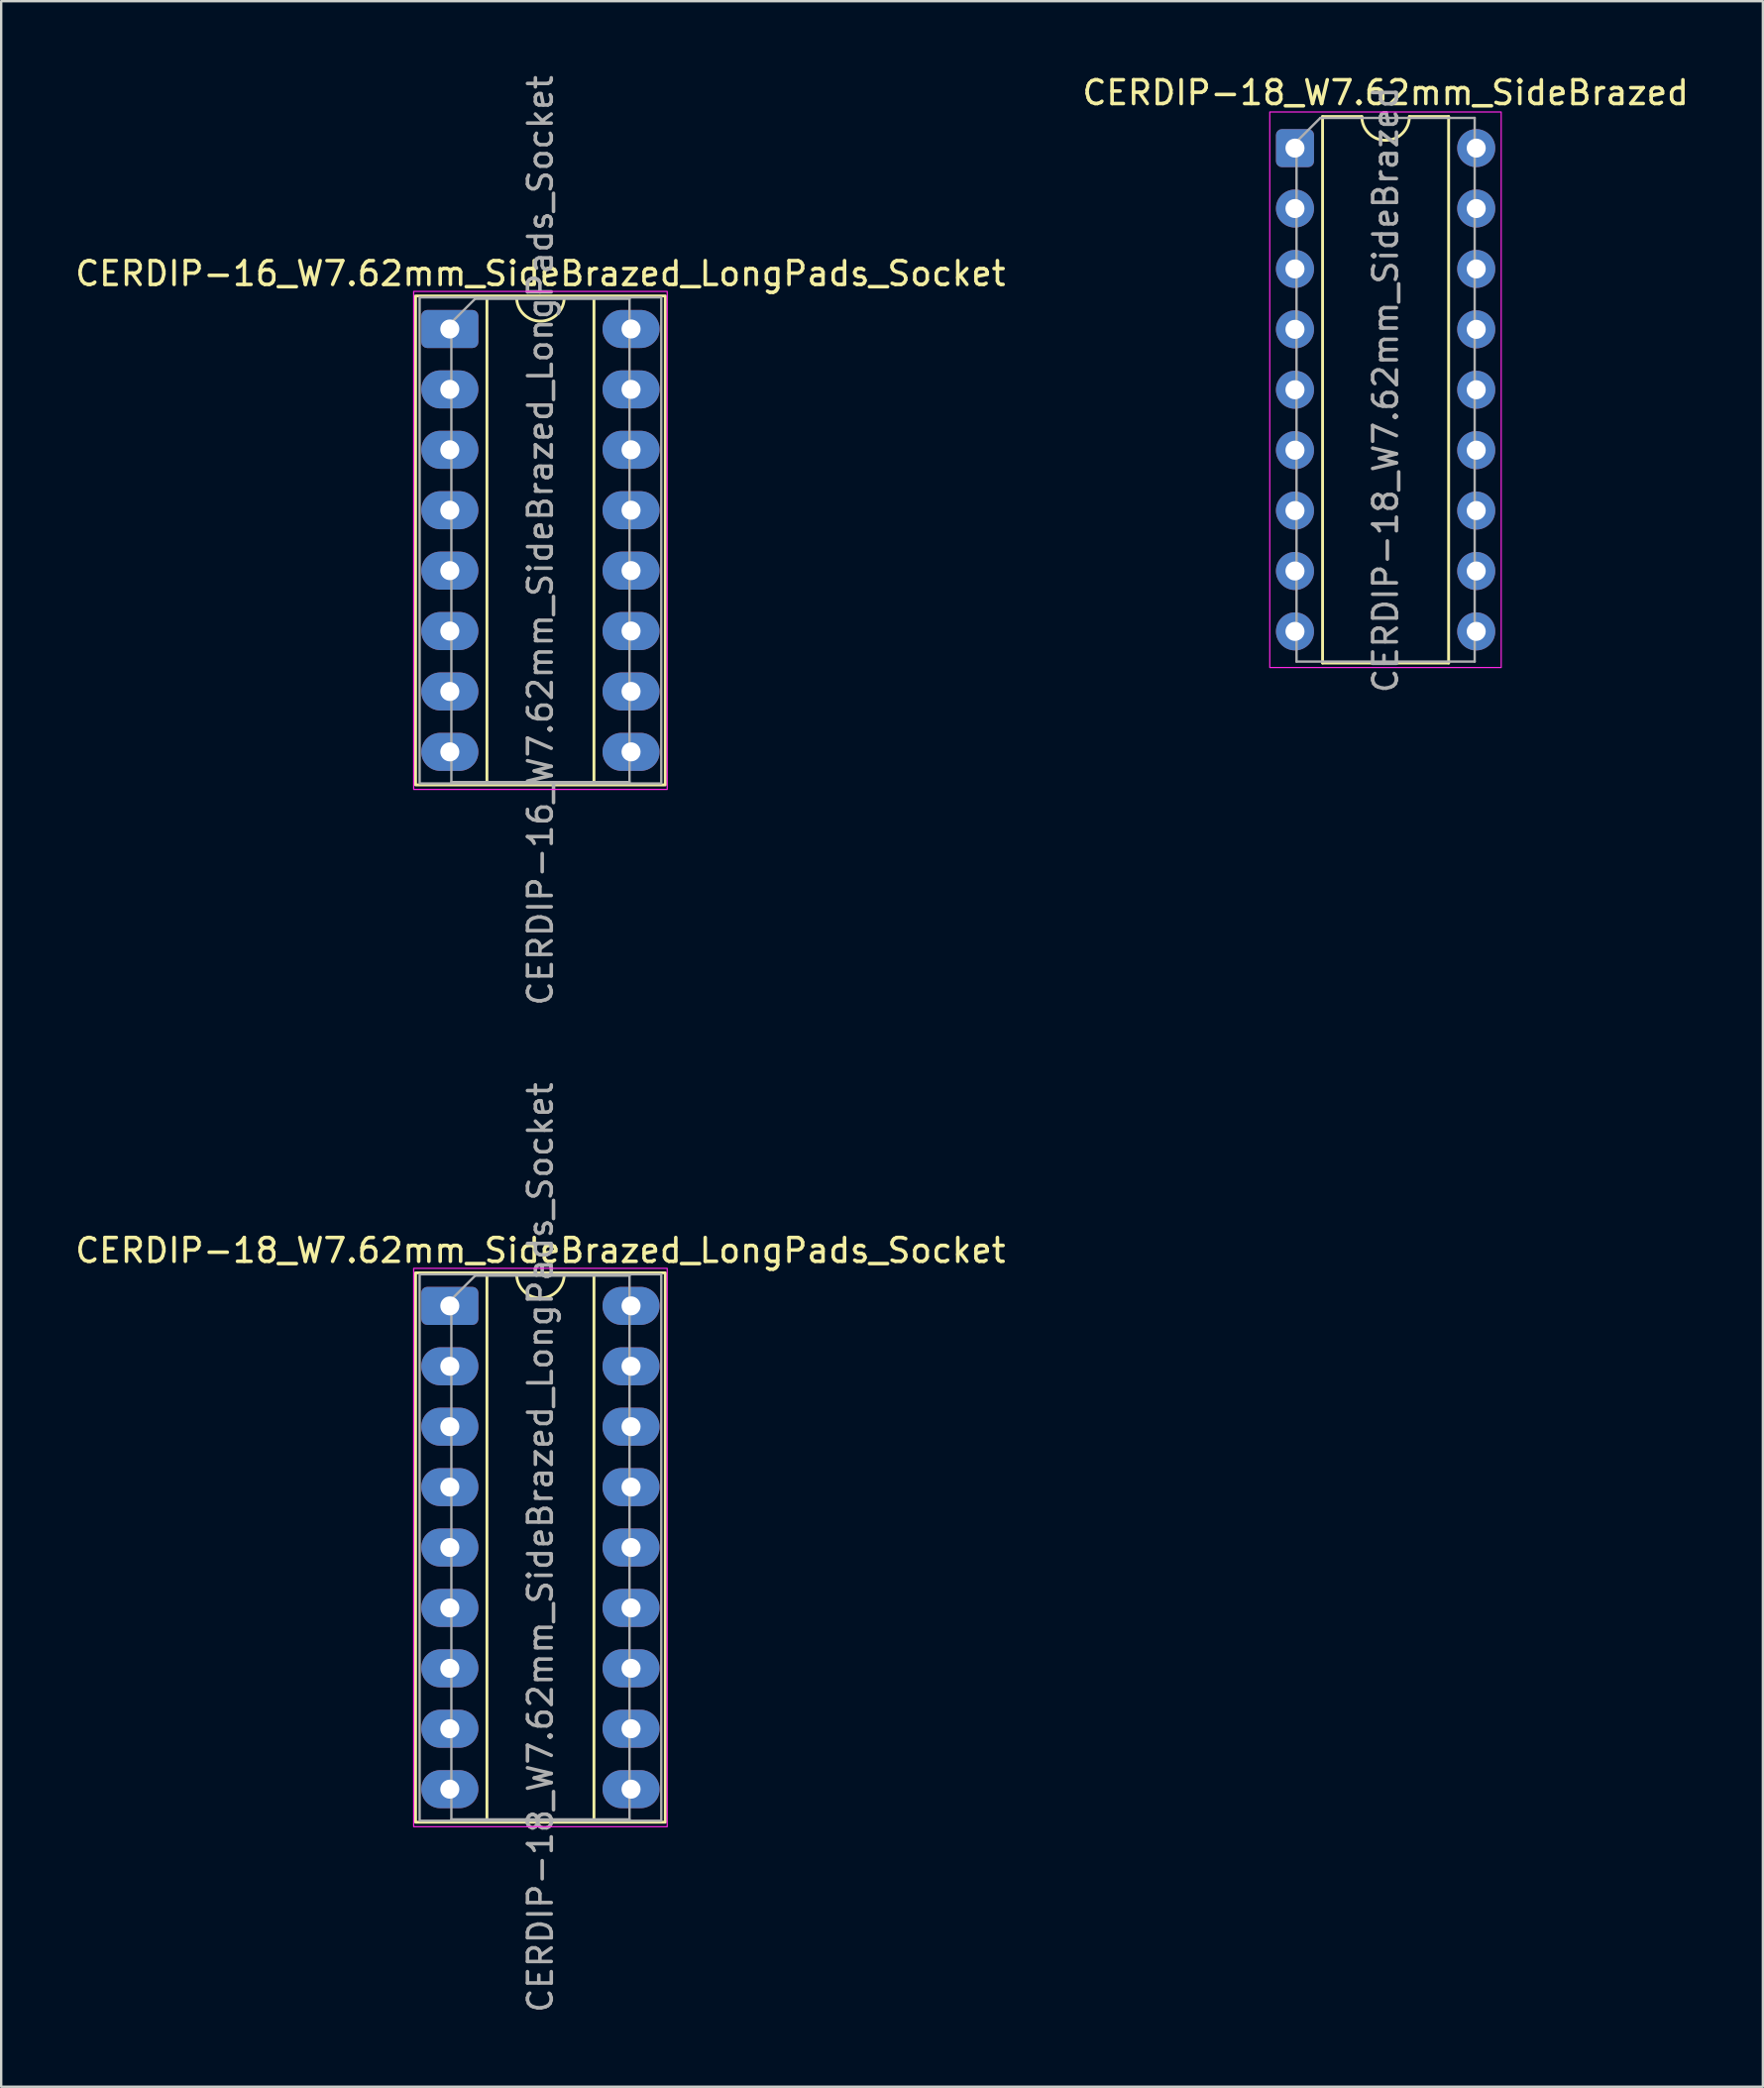
<source format=kicad_pcb>
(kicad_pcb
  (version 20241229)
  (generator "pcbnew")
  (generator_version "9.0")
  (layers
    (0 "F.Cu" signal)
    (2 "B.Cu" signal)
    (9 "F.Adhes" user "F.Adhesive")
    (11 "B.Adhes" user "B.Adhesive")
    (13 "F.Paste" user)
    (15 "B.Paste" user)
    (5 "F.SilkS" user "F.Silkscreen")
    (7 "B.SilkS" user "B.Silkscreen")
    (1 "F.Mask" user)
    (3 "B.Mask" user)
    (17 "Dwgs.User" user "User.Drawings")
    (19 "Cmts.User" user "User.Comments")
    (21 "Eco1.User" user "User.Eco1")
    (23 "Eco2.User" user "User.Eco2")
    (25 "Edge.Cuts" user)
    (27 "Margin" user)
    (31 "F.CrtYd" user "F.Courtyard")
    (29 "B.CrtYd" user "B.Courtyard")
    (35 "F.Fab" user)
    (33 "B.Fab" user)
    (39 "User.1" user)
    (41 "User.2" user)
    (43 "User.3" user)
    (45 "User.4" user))
  (footprint "CERDIP-18_W7.62mm_SideBrazed_LongPads_Socket"
    (layer "F.Cu")
    (at 15.863 51.858)
    (property "Reference" "CERDIP-18_W7.62mm_SideBrazed_LongPads_Socket" (at 3.81 -2.33 0) (layer "F.SilkS") (effects (font (size 1 1) (thickness 0.15))))
    (attr through_hole)
    (fp_line (start 1.56 -1.33) (end 1.56 21.65) (stroke (width 0.12) (type solid)) (layer "F.SilkS"))
    (fp_line (start 1.56 21.65) (end 6.06 21.65) (stroke (width 0.12) (type solid)) (layer "F.SilkS"))
    (fp_line (start 2.81 -1.33) (end 1.56 -1.33) (stroke (width 0.12) (type solid)) (layer "F.SilkS"))
    (fp_line (start 6.06 -1.33) (end 4.81 -1.33) (stroke (width 0.12) (type solid)) (layer "F.SilkS"))
    (fp_line (start 6.06 21.65) (end 6.06 -1.33) (stroke (width 0.12) (type solid)) (layer "F.SilkS"))
    (fp_rect (start -1.44 -1.39) (end 9.06 21.71) (stroke (width 0.12) (type solid)) (fill no) (layer "F.SilkS"))
    (fp_arc (start 4.81 -1.33) (mid 3.81 -0.33) (end 2.81 -1.33) (stroke (width 0.12) (type solid)) (layer "F.SilkS"))
    (fp_rect (start -1.52 -1.58) (end 9.14 21.9) (stroke (width 0.05) (type solid)) (fill no) (layer "F.CrtYd"))
    (fp_line (start 0.065 -0.27) (end 1.065 -1.27) (stroke (width 0.1) (type solid)) (layer "F.Fab"))
    (fp_line (start 0.065 21.59) (end 0.065 -0.27) (stroke (width 0.1) (type solid)) (layer "F.Fab"))
    (fp_line (start 1.065 -1.27) (end 7.555 -1.27) (stroke (width 0.1) (type solid)) (layer "F.Fab"))
    (fp_line (start 7.555 -1.27) (end 7.555 21.59) (stroke (width 0.1) (type solid)) (layer "F.Fab"))
    (fp_line (start 7.555 21.59) (end 0.065 21.59) (stroke (width 0.1) (type solid)) (layer "F.Fab"))
    (fp_rect (start -1.27 -1.33) (end 8.89 21.65) (stroke (width 0.1) (type solid)) (fill no) (layer "F.Fab"))
    (fp_text user "${REFERENCE}" (at 3.81 10.16 90) (layer "F.Fab") (effects (font (size 1 1) (thickness 0.15))))
    (pad "1" thru_hole roundrect (at 0 0) (size 2.4 1.6) (drill 0.8) (layers "*.Cu" "*.Mask") (roundrect_rratio 0.156))
    (pad "2" thru_hole oval (at 0 2.54) (size 2.4 1.6) (drill 0.8) (layers "*.Cu" "*.Mask"))
    (pad "3" thru_hole oval (at 0 5.08) (size 2.4 1.6) (drill 0.8) (layers "*.Cu" "*.Mask"))
    (pad "4" thru_hole oval (at 0 7.62) (size 2.4 1.6) (drill 0.8) (layers "*.Cu" "*.Mask"))
    (pad "5" thru_hole oval (at 0 10.16) (size 2.4 1.6) (drill 0.8) (layers "*.Cu" "*.Mask"))
    (pad "6" thru_hole oval (at 0 12.7) (size 2.4 1.6) (drill 0.8) (layers "*.Cu" "*.Mask"))
    (pad "7" thru_hole oval (at 0 15.24) (size 2.4 1.6) (drill 0.8) (layers "*.Cu" "*.Mask"))
    (pad "8" thru_hole oval (at 0 17.78) (size 2.4 1.6) (drill 0.8) (layers "*.Cu" "*.Mask"))
    (pad "9" thru_hole oval (at 0 20.32) (size 2.4 1.6) (drill 0.8) (layers "*.Cu" "*.Mask"))
    (pad "10" thru_hole oval (at 7.62 20.32) (size 2.4 1.6) (drill 0.8) (layers "*.Cu" "*.Mask"))
    (pad "11" thru_hole oval (at 7.62 17.78) (size 2.4 1.6) (drill 0.8) (layers "*.Cu" "*.Mask"))
    (pad "12" thru_hole oval (at 7.62 15.24) (size 2.4 1.6) (drill 0.8) (layers "*.Cu" "*.Mask"))
    (pad "13" thru_hole oval (at 7.62 12.7) (size 2.4 1.6) (drill 0.8) (layers "*.Cu" "*.Mask"))
    (pad "14" thru_hole oval (at 7.62 10.16) (size 2.4 1.6) (drill 0.8) (layers "*.Cu" "*.Mask"))
    (pad "15" thru_hole oval (at 7.62 7.62) (size 2.4 1.6) (drill 0.8) (layers "*.Cu" "*.Mask"))
    (pad "16" thru_hole oval (at 7.62 5.08) (size 2.4 1.6) (drill 0.8) (layers "*.Cu" "*.Mask"))
    (pad "17" thru_hole oval (at 7.62 2.54) (size 2.4 1.6) (drill 0.8) (layers "*.Cu" "*.Mask"))
    (pad "18" thru_hole oval (at 7.62 0) (size 2.4 1.6) (drill 0.8) (layers "*.Cu" "*.Mask")))
  (footprint "CERDIP-16_W7.62mm_SideBrazed_LongPads_Socket"
    (layer "F.Cu")
    (at 15.863 10.783)
    (property "Reference" "CERDIP-16_W7.62mm_SideBrazed_LongPads_Socket" (at 3.81 -2.33 0) (layer "F.SilkS") (effects (font (size 1 1) (thickness 0.15))))
    (attr through_hole)
    (fp_line (start 1.56 -1.33) (end 1.56 19.11) (stroke (width 0.12) (type solid)) (layer "F.SilkS"))
    (fp_line (start 1.56 19.11) (end 6.06 19.11) (stroke (width 0.12) (type solid)) (layer "F.SilkS"))
    (fp_line (start 2.81 -1.33) (end 1.56 -1.33) (stroke (width 0.12) (type solid)) (layer "F.SilkS"))
    (fp_line (start 6.06 -1.33) (end 4.81 -1.33) (stroke (width 0.12) (type solid)) (layer "F.SilkS"))
    (fp_line (start 6.06 19.11) (end 6.06 -1.33) (stroke (width 0.12) (type solid)) (layer "F.SilkS"))
    (fp_rect (start -1.44 -1.39) (end 9.06 19.17) (stroke (width 0.12) (type solid)) (fill no) (layer "F.SilkS"))
    (fp_arc (start 4.81 -1.33) (mid 3.81 -0.33) (end 2.81 -1.33) (stroke (width 0.12) (type solid)) (layer "F.SilkS"))
    (fp_rect (start -1.52 -1.58) (end 9.14 19.36) (stroke (width 0.05) (type solid)) (fill no) (layer "F.CrtYd"))
    (fp_line (start 0.065 -0.27) (end 1.065 -1.27) (stroke (width 0.1) (type solid)) (layer "F.Fab"))
    (fp_line (start 0.065 19.05) (end 0.065 -0.27) (stroke (width 0.1) (type solid)) (layer "F.Fab"))
    (fp_line (start 1.065 -1.27) (end 7.555 -1.27) (stroke (width 0.1) (type solid)) (layer "F.Fab"))
    (fp_line (start 7.555 -1.27) (end 7.555 19.05) (stroke (width 0.1) (type solid)) (layer "F.Fab"))
    (fp_line (start 7.555 19.05) (end 0.065 19.05) (stroke (width 0.1) (type solid)) (layer "F.Fab"))
    (fp_rect (start -1.27 -1.33) (end 8.89 19.11) (stroke (width 0.1) (type solid)) (fill no) (layer "F.Fab"))
    (fp_text user "${REFERENCE}" (at 3.81 8.89 90) (layer "F.Fab") (effects (font (size 1 1) (thickness 0.15))))
    (pad "1" thru_hole roundrect (at 0 0) (size 2.4 1.6) (drill 0.8) (layers "*.Cu" "*.Mask") (roundrect_rratio 0.156))
    (pad "2" thru_hole oval (at 0 2.54) (size 2.4 1.6) (drill 0.8) (layers "*.Cu" "*.Mask"))
    (pad "3" thru_hole oval (at 0 5.08) (size 2.4 1.6) (drill 0.8) (layers "*.Cu" "*.Mask"))
    (pad "4" thru_hole oval (at 0 7.62) (size 2.4 1.6) (drill 0.8) (layers "*.Cu" "*.Mask"))
    (pad "5" thru_hole oval (at 0 10.16) (size 2.4 1.6) (drill 0.8) (layers "*.Cu" "*.Mask"))
    (pad "6" thru_hole oval (at 0 12.7) (size 2.4 1.6) (drill 0.8) (layers "*.Cu" "*.Mask"))
    (pad "7" thru_hole oval (at 0 15.24) (size 2.4 1.6) (drill 0.8) (layers "*.Cu" "*.Mask"))
    (pad "8" thru_hole oval (at 0 17.78) (size 2.4 1.6) (drill 0.8) (layers "*.Cu" "*.Mask"))
    (pad "9" thru_hole oval (at 7.62 17.78) (size 2.4 1.6) (drill 0.8) (layers "*.Cu" "*.Mask"))
    (pad "10" thru_hole oval (at 7.62 15.24) (size 2.4 1.6) (drill 0.8) (layers "*.Cu" "*.Mask"))
    (pad "11" thru_hole oval (at 7.62 12.7) (size 2.4 1.6) (drill 0.8) (layers "*.Cu" "*.Mask"))
    (pad "12" thru_hole oval (at 7.62 10.16) (size 2.4 1.6) (drill 0.8) (layers "*.Cu" "*.Mask"))
    (pad "13" thru_hole oval (at 7.62 7.62) (size 2.4 1.6) (drill 0.8) (layers "*.Cu" "*.Mask"))
    (pad "14" thru_hole oval (at 7.62 5.08) (size 2.4 1.6) (drill 0.8) (layers "*.Cu" "*.Mask"))
    (pad "15" thru_hole oval (at 7.62 2.54) (size 2.4 1.6) (drill 0.8) (layers "*.Cu" "*.Mask"))
    (pad "16" thru_hole oval (at 7.62 0) (size 2.4 1.6) (drill 0.8) (layers "*.Cu" "*.Mask")))
  (footprint "CERDIP-18_W7.62mm_SideBrazed"
    (layer "F.Cu")
    (at 51.398 3.178)
    (property "Reference" "CERDIP-18_W7.62mm_SideBrazed" (at 3.81 -2.33 0) (layer "F.SilkS") (effects (font (size 1 1) (thickness 0.15))))
    (attr through_hole)
    (fp_line (start 1.16 -1.33) (end 1.16 21.65) (stroke (width 0.12) (type solid)) (layer "F.SilkS"))
    (fp_line (start 1.16 21.65) (end 6.46 21.65) (stroke (width 0.12) (type solid)) (layer "F.SilkS"))
    (fp_line (start 2.81 -1.33) (end 1.16 -1.33) (stroke (width 0.12) (type solid)) (layer "F.SilkS"))
    (fp_line (start 6.46 -1.33) (end 4.81 -1.33) (stroke (width 0.12) (type solid)) (layer "F.SilkS"))
    (fp_line (start 6.46 21.65) (end 6.46 -1.33) (stroke (width 0.12) (type solid)) (layer "F.SilkS"))
    (fp_arc (start 4.81 -1.33) (mid 3.81 -0.33) (end 2.81 -1.33) (stroke (width 0.12) (type solid)) (layer "F.SilkS"))
    (fp_rect (start -1.06 -1.52) (end 8.67 21.84) (stroke (width 0.05) (type solid)) (fill no) (layer "F.CrtYd"))
    (fp_line (start 0.065 -0.27) (end 1.065 -1.27) (stroke (width 0.1) (type solid)) (layer "F.Fab"))
    (fp_line (start 0.065 21.59) (end 0.065 -0.27) (stroke (width 0.1) (type solid)) (layer "F.Fab"))
    (fp_line (start 1.065 -1.27) (end 7.555 -1.27) (stroke (width 0.1) (type solid)) (layer "F.Fab"))
    (fp_line (start 7.555 -1.27) (end 7.555 21.59) (stroke (width 0.1) (type solid)) (layer "F.Fab"))
    (fp_line (start 7.555 21.59) (end 0.065 21.59) (stroke (width 0.1) (type solid)) (layer "F.Fab"))
    (fp_text user "${REFERENCE}" (at 3.81 10.16 90) (layer "F.Fab") (effects (font (size 1 1) (thickness 0.15))))
    (pad "1" thru_hole roundrect (at 0 0) (size 1.6 1.6) (drill 0.8) (layers "*.Cu" "*.Mask") (roundrect_rratio 0.156))
    (pad "2" thru_hole circle (at 0 2.54) (size 1.6 1.6) (drill 0.8) (layers "*.Cu" "*.Mask"))
    (pad "3" thru_hole circle (at 0 5.08) (size 1.6 1.6) (drill 0.8) (layers "*.Cu" "*.Mask"))
    (pad "4" thru_hole circle (at 0 7.62) (size 1.6 1.6) (drill 0.8) (layers "*.Cu" "*.Mask"))
    (pad "5" thru_hole circle (at 0 10.16) (size 1.6 1.6) (drill 0.8) (layers "*.Cu" "*.Mask"))
    (pad "6" thru_hole circle (at 0 12.7) (size 1.6 1.6) (drill 0.8) (layers "*.Cu" "*.Mask"))
    (pad "7" thru_hole circle (at 0 15.24) (size 1.6 1.6) (drill 0.8) (layers "*.Cu" "*.Mask"))
    (pad "8" thru_hole circle (at 0 17.78) (size 1.6 1.6) (drill 0.8) (layers "*.Cu" "*.Mask"))
    (pad "9" thru_hole circle (at 0 20.32) (size 1.6 1.6) (drill 0.8) (layers "*.Cu" "*.Mask"))
    (pad "10" thru_hole circle (at 7.62 20.32) (size 1.6 1.6) (drill 0.8) (layers "*.Cu" "*.Mask"))
    (pad "11" thru_hole circle (at 7.62 17.78) (size 1.6 1.6) (drill 0.8) (layers "*.Cu" "*.Mask"))
    (pad "12" thru_hole circle (at 7.62 15.24) (size 1.6 1.6) (drill 0.8) (layers "*.Cu" "*.Mask"))
    (pad "13" thru_hole circle (at 7.62 12.7) (size 1.6 1.6) (drill 0.8) (layers "*.Cu" "*.Mask"))
    (pad "14" thru_hole circle (at 7.62 10.16) (size 1.6 1.6) (drill 0.8) (layers "*.Cu" "*.Mask"))
    (pad "15" thru_hole circle (at 7.62 7.62) (size 1.6 1.6) (drill 0.8) (layers "*.Cu" "*.Mask"))
    (pad "16" thru_hole circle (at 7.62 5.08) (size 1.6 1.6) (drill 0.8) (layers "*.Cu" "*.Mask"))
    (pad "17" thru_hole circle (at 7.62 2.54) (size 1.6 1.6) (drill 0.8) (layers "*.Cu" "*.Mask"))
    (pad "18" thru_hole circle (at 7.62 0) (size 1.6 1.6) (drill 0.8) (layers "*.Cu" "*.Mask")))
  (gr_rect
    (start -3 -3)
    (end 71.071 84.69)
    (stroke (width 0.1) (type default))
    (fill no)
    (layer "Edge.Cuts")))
</source>
